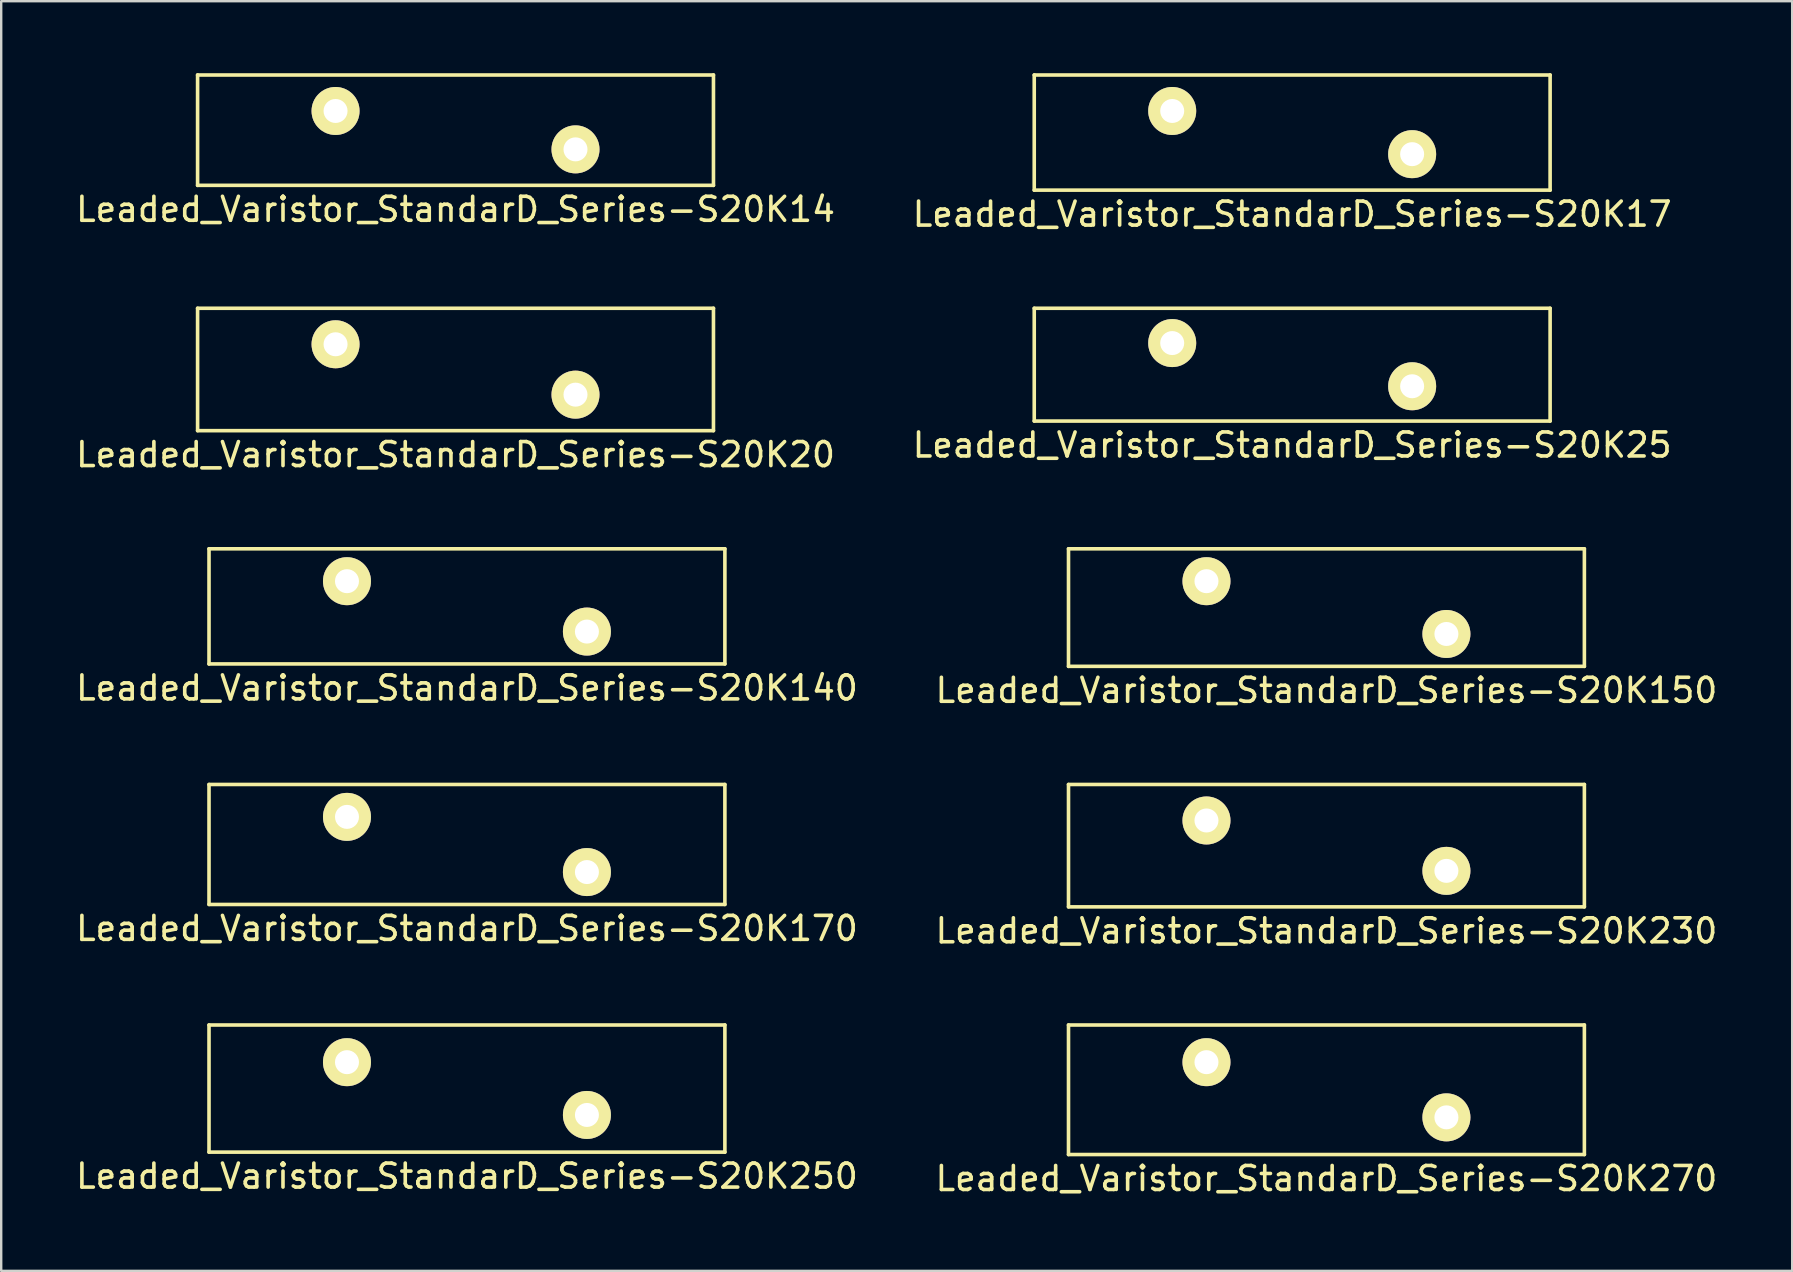
<source format=kicad_pcb>
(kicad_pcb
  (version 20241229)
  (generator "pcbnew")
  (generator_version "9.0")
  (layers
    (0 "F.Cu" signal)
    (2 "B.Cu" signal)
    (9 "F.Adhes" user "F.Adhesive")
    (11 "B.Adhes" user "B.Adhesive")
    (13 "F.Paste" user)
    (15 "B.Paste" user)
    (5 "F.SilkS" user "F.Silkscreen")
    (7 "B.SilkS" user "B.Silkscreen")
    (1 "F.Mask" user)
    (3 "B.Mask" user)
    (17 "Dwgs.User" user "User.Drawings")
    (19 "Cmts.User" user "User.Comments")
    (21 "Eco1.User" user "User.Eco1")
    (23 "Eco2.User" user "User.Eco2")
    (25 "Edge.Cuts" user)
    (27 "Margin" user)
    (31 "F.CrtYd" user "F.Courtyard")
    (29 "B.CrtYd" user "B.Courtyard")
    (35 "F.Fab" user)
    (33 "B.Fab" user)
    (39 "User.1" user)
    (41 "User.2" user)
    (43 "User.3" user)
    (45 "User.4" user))
  (footprint "Leaded_Varistor_StandarD_Series-S20K25"
    (layer "F.Cu")
    (at 45.804 11.248)
    (property "Reference" "Leaded_Varistor_StandarD_Series-S20K25" (at 5 4.25 0) (layer "F.SilkS") (effects (font (size 1 1) (thickness 0.15))))
    (attr through_hole)
    (fp_line (start -5.75 -1.45) (end -5.75 3.25) (stroke (width 0.15) (type solid)) (layer "F.SilkS"))
    (fp_line (start -5.75 -1.45) (end 15.75 -1.45) (stroke (width 0.15) (type solid)) (layer "F.SilkS"))
    (fp_line (start -5.75 3.25) (end 15.75 3.25) (stroke (width 0.15) (type solid)) (layer "F.SilkS"))
    (fp_line (start 15.75 -1.45) (end 15.75 3.25) (stroke (width 0.15) (type solid)) (layer "F.SilkS"))
    (pad "1" thru_hole circle (at 0 0) (size 2 2) (drill 1) (layers "*.Cu" "*.Mask" "F.SilkS"))
    (pad "2" thru_hole circle (at 10 1.8) (size 2 2) (drill 1) (layers "*.Cu" "*.Mask" "F.SilkS")))
  (footprint "Leaded_Varistor_StandarD_Series-S20K170"
    (layer "F.Cu")
    (at 11.411 30.995)
    (property "Reference" "Leaded_Varistor_StandarD_Series-S20K170" (at 5 4.65 0) (layer "F.SilkS") (effects (font (size 1 1) (thickness 0.15))))
    (attr through_hole)
    (fp_line (start -5.75 -1.35) (end -5.75 3.65) (stroke (width 0.15) (type solid)) (layer "F.SilkS"))
    (fp_line (start -5.75 -1.35) (end 15.75 -1.35) (stroke (width 0.15) (type solid)) (layer "F.SilkS"))
    (fp_line (start -5.75 3.65) (end 15.75 3.65) (stroke (width 0.15) (type solid)) (layer "F.SilkS"))
    (fp_line (start 15.75 -1.35) (end 15.75 3.65) (stroke (width 0.15) (type solid)) (layer "F.SilkS"))
    (pad "1" thru_hole circle (at 0 0) (size 2 2) (drill 1) (layers "*.Cu" "*.Mask" "F.SilkS"))
    (pad "2" thru_hole circle (at 10 2.3) (size 2 2) (drill 1) (layers "*.Cu" "*.Mask" "F.SilkS")))
  (footprint "Leaded_Varistor_StandarD_Series-S20K250"
    (layer "F.Cu")
    (at 11.411 41.218)
    (property "Reference" "Leaded_Varistor_StandarD_Series-S20K250" (at 5 4.75 0) (layer "F.SilkS") (effects (font (size 1 1) (thickness 0.15))))
    (attr through_hole)
    (fp_line (start -5.75 -1.55) (end -5.75 3.75) (stroke (width 0.15) (type solid)) (layer "F.SilkS"))
    (fp_line (start -5.75 -1.55) (end 15.75 -1.55) (stroke (width 0.15) (type solid)) (layer "F.SilkS"))
    (fp_line (start -5.75 3.75) (end 15.75 3.75) (stroke (width 0.15) (type solid)) (layer "F.SilkS"))
    (fp_line (start 15.75 -1.55) (end 15.75 3.75) (stroke (width 0.15) (type solid)) (layer "F.SilkS"))
    (pad "1" thru_hole circle (at 0 0) (size 2 2) (drill 1) (layers "*.Cu" "*.Mask" "F.SilkS"))
    (pad "2" thru_hole circle (at 10 2.2) (size 2 2) (drill 1) (layers "*.Cu" "*.Mask" "F.SilkS")))
  (footprint "Leaded_Varistor_StandarD_Series-S20K150"
    (layer "F.Cu")
    (at 47.232 21.172)
    (property "Reference" "Leaded_Varistor_StandarD_Series-S20K150" (at 5 4.55 0) (layer "F.SilkS") (effects (font (size 1 1) (thickness 0.15))))
    (attr through_hole)
    (fp_line (start -5.75 -1.35) (end -5.75 3.55) (stroke (width 0.15) (type solid)) (layer "F.SilkS"))
    (fp_line (start -5.75 -1.35) (end 15.75 -1.35) (stroke (width 0.15) (type solid)) (layer "F.SilkS"))
    (fp_line (start -5.75 3.55) (end 15.75 3.55) (stroke (width 0.15) (type solid)) (layer "F.SilkS"))
    (fp_line (start 15.75 -1.35) (end 15.75 3.55) (stroke (width 0.15) (type solid)) (layer "F.SilkS"))
    (pad "1" thru_hole circle (at 0 0) (size 2 2) (drill 1) (layers "*.Cu" "*.Mask" "F.SilkS"))
    (pad "2" thru_hole circle (at 10 2.2) (size 2 2) (drill 1) (layers "*.Cu" "*.Mask" "F.SilkS")))
  (footprint "Leaded_Varistor_StandarD_Series-S20K20"
    (layer "F.Cu")
    (at 10.935 11.298)
    (property "Reference" "Leaded_Varistor_StandarD_Series-S20K20" (at 5 4.6 0) (layer "F.SilkS") (effects (font (size 1 1) (thickness 0.15))))
    (attr through_hole)
    (fp_line (start -5.75 -1.5) (end -5.75 3.6) (stroke (width 0.15) (type solid)) (layer "F.SilkS"))
    (fp_line (start -5.75 -1.5) (end 15.75 -1.5) (stroke (width 0.15) (type solid)) (layer "F.SilkS"))
    (fp_line (start -5.75 3.6) (end 15.75 3.6) (stroke (width 0.15) (type solid)) (layer "F.SilkS"))
    (fp_line (start 15.75 -1.5) (end 15.75 3.6) (stroke (width 0.15) (type solid)) (layer "F.SilkS"))
    (pad "1" thru_hole circle (at 0 0) (size 2 2) (drill 1) (layers "*.Cu" "*.Mask" "F.SilkS"))
    (pad "2" thru_hole circle (at 10 2.1) (size 2 2) (drill 1) (layers "*.Cu" "*.Mask" "F.SilkS")))
  (footprint "Leaded_Varistor_StandarD_Series-S20K270"
    (layer "F.Cu")
    (at 47.232 41.218)
    (property "Reference" "Leaded_Varistor_StandarD_Series-S20K270" (at 5 4.85 0) (layer "F.SilkS") (effects (font (size 1 1) (thickness 0.15))))
    (attr through_hole)
    (fp_line (start -5.75 -1.55) (end -5.75 3.85) (stroke (width 0.15) (type solid)) (layer "F.SilkS"))
    (fp_line (start -5.75 -1.55) (end 15.75 -1.55) (stroke (width 0.15) (type solid)) (layer "F.SilkS"))
    (fp_line (start -5.75 3.85) (end 15.75 3.85) (stroke (width 0.15) (type solid)) (layer "F.SilkS"))
    (fp_line (start 15.75 -1.55) (end 15.75 3.85) (stroke (width 0.15) (type solid)) (layer "F.SilkS"))
    (pad "1" thru_hole circle (at 0 0) (size 2 2) (drill 1) (layers "*.Cu" "*.Mask" "F.SilkS"))
    (pad "2" thru_hole circle (at 10 2.3) (size 2 2) (drill 1) (layers "*.Cu" "*.Mask" "F.SilkS")))
  (footprint "Leaded_Varistor_StandarD_Series-S20K14"
    (layer "F.Cu")
    (at 10.935 1.575)
    (property "Reference" "Leaded_Varistor_StandarD_Series-S20K14" (at 5 4.1 0) (layer "F.SilkS") (effects (font (size 1 1) (thickness 0.15))))
    (attr through_hole)
    (fp_line (start -5.75 -1.5) (end -5.75 3.1) (stroke (width 0.15) (type solid)) (layer "F.SilkS"))
    (fp_line (start -5.75 -1.5) (end 15.75 -1.5) (stroke (width 0.15) (type solid)) (layer "F.SilkS"))
    (fp_line (start -5.75 3.1) (end 15.75 3.1) (stroke (width 0.15) (type solid)) (layer "F.SilkS"))
    (fp_line (start 15.75 -1.5) (end 15.75 3.1) (stroke (width 0.15) (type solid)) (layer "F.SilkS"))
    (pad "1" thru_hole circle (at 0 0) (size 2 2) (drill 1) (layers "*.Cu" "*.Mask" "F.SilkS"))
    (pad "2" thru_hole circle (at 10 1.6) (size 2 2) (drill 1) (layers "*.Cu" "*.Mask" "F.SilkS")))
  (footprint "Leaded_Varistor_StandarD_Series-S20K17"
    (layer "F.Cu")
    (at 45.804 1.575)
    (property "Reference" "Leaded_Varistor_StandarD_Series-S20K17" (at 5 4.3 0) (layer "F.SilkS") (effects (font (size 1 1) (thickness 0.15))))
    (attr through_hole)
    (fp_line (start -5.75 -1.5) (end -5.75 3.3) (stroke (width 0.15) (type solid)) (layer "F.SilkS"))
    (fp_line (start -5.75 -1.5) (end 15.75 -1.5) (stroke (width 0.15) (type solid)) (layer "F.SilkS"))
    (fp_line (start -5.75 3.3) (end 15.75 3.3) (stroke (width 0.15) (type solid)) (layer "F.SilkS"))
    (fp_line (start 15.75 -1.5) (end 15.75 3.3) (stroke (width 0.15) (type solid)) (layer "F.SilkS"))
    (pad "1" thru_hole circle (at 0 0) (size 2 2) (drill 1) (layers "*.Cu" "*.Mask" "F.SilkS"))
    (pad "2" thru_hole circle (at 10 1.8) (size 2 2) (drill 1) (layers "*.Cu" "*.Mask" "F.SilkS")))
  (footprint "Leaded_Varistor_StandarD_Series-S20K230"
    (layer "F.Cu")
    (at 47.232 31.145)
    (property "Reference" "Leaded_Varistor_StandarD_Series-S20K230" (at 5 4.6 0) (layer "F.SilkS") (effects (font (size 1 1) (thickness 0.15))))
    (attr through_hole)
    (fp_line (start -5.75 -1.5) (end -5.75 3.6) (stroke (width 0.15) (type solid)) (layer "F.SilkS"))
    (fp_line (start -5.75 -1.5) (end 15.75 -1.5) (stroke (width 0.15) (type solid)) (layer "F.SilkS"))
    (fp_line (start -5.75 3.6) (end 15.75 3.6) (stroke (width 0.15) (type solid)) (layer "F.SilkS"))
    (fp_line (start 15.75 -1.5) (end 15.75 3.6) (stroke (width 0.15) (type solid)) (layer "F.SilkS"))
    (pad "1" thru_hole circle (at 0 0) (size 2 2) (drill 1) (layers "*.Cu" "*.Mask" "F.SilkS"))
    (pad "2" thru_hole circle (at 10 2.1) (size 2 2) (drill 1) (layers "*.Cu" "*.Mask" "F.SilkS")))
  (footprint "Leaded_Varistor_StandarD_Series-S20K140"
    (layer "F.Cu")
    (at 11.411 21.172)
    (property "Reference" "Leaded_Varistor_StandarD_Series-S20K140" (at 5 4.45 0) (layer "F.SilkS") (effects (font (size 1 1) (thickness 0.15))))
    (attr through_hole)
    (fp_line (start -5.75 -1.35) (end -5.75 3.45) (stroke (width 0.15) (type solid)) (layer "F.SilkS"))
    (fp_line (start -5.75 -1.35) (end 15.75 -1.35) (stroke (width 0.15) (type solid)) (layer "F.SilkS"))
    (fp_line (start -5.75 3.45) (end 15.75 3.45) (stroke (width 0.15) (type solid)) (layer "F.SilkS"))
    (fp_line (start 15.75 -1.35) (end 15.75 3.45) (stroke (width 0.15) (type solid)) (layer "F.SilkS"))
    (pad "1" thru_hole circle (at 0 0) (size 2 2) (drill 1) (layers "*.Cu" "*.Mask" "F.SilkS"))
    (pad "2" thru_hole circle (at 10 2.1) (size 2 2) (drill 1) (layers "*.Cu" "*.Mask" "F.SilkS")))
  (gr_rect
    (start -3 -3)
    (end 71.643 49.916)
    (stroke (width 0.1) (type default))
    (fill no)
    (layer "Edge.Cuts")))
</source>
